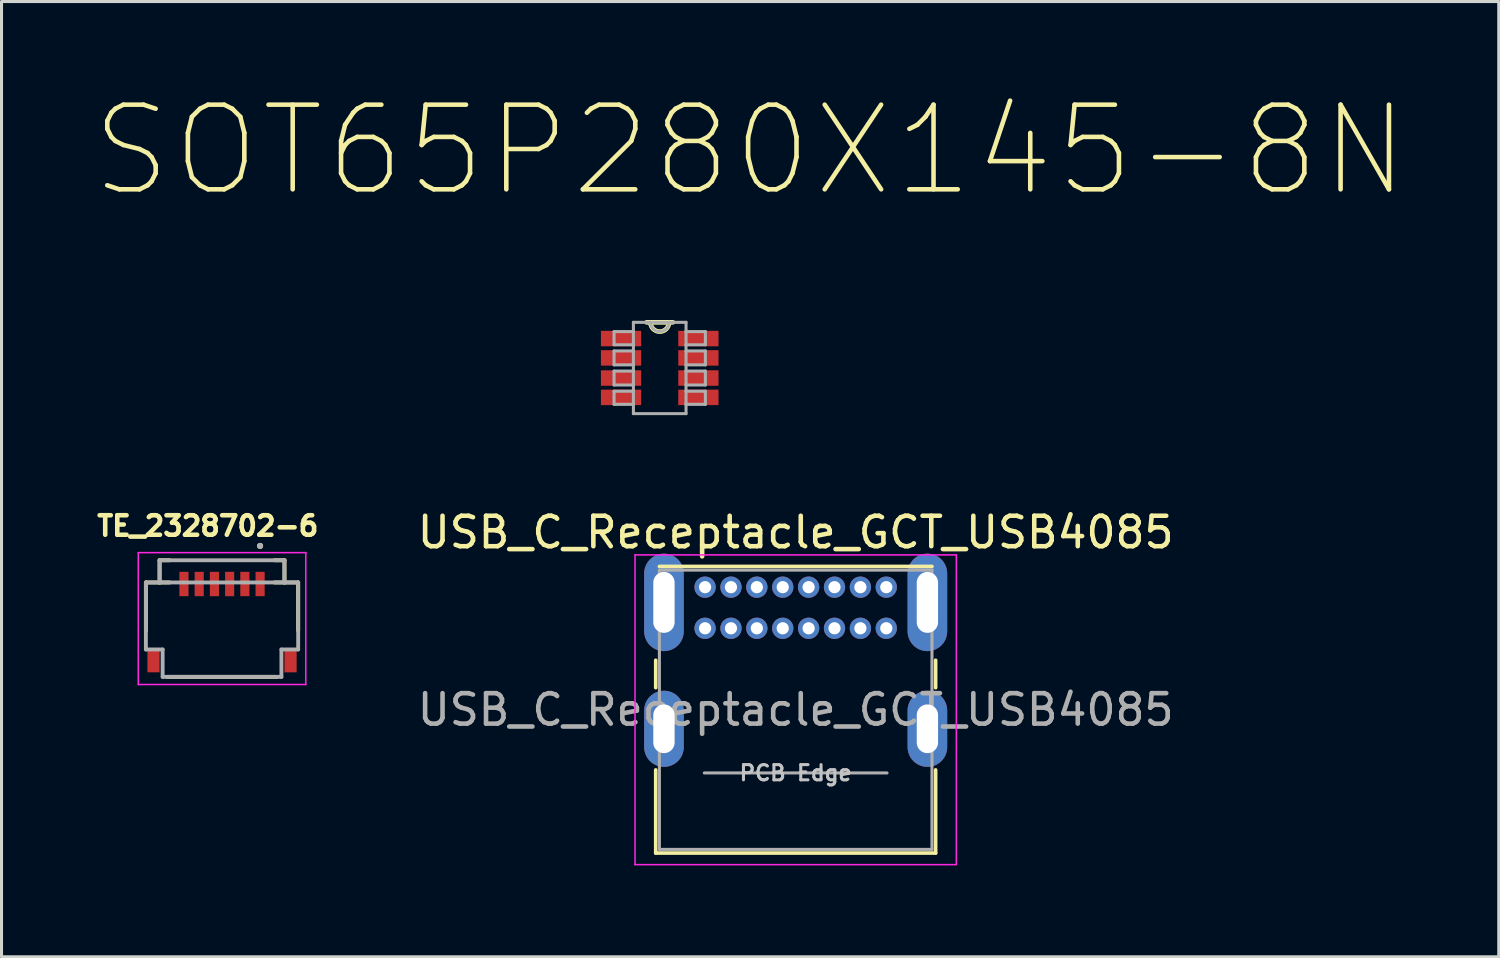
<source format=kicad_pcb>
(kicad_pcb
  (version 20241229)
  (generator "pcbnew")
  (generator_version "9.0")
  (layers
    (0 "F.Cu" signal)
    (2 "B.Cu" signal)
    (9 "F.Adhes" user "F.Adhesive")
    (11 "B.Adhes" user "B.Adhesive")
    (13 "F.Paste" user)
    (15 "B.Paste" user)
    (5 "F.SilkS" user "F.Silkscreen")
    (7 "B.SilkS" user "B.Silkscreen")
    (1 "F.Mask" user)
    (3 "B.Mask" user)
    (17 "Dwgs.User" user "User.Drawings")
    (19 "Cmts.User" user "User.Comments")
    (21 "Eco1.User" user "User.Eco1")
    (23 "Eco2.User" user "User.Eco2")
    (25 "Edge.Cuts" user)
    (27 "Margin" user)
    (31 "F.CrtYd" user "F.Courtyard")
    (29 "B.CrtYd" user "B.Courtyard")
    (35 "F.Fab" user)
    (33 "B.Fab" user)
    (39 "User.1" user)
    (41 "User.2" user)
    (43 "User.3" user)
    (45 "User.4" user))
  (footprint "TE_2328702-6"
    (layer "F.Cu")
    (at 4.24 16.125)
    (property "Reference" "TE_2328702-6" (at -0.468 -1.906 0) (layer "F.SilkS") (effects (font (size 0.64 0.64) (thickness 0.15))))
    (attr through_hole)
    (fp_line (start -2.5 -0.05) (end -2.5 1.53) (stroke (width 0.127) (type solid)) (layer "F.SilkS"))
    (fp_line (start -2.05 -0.78) (end -1.72 -0.78) (stroke (width 0.127) (type solid)) (layer "F.SilkS"))
    (fp_line (start -2.05 -0.05) (end -2.5 -0.05) (stroke (width 0.127) (type solid)) (layer "F.SilkS"))
    (fp_line (start -2.05 -0.05) (end -2.05 -0.78) (stroke (width 0.127) (type solid)) (layer "F.SilkS"))
    (fp_line (start -1.8 3.05) (end 1.8 3.05) (stroke (width 0.127) (type solid)) (layer "F.SilkS"))
    (fp_line (start -1.72 -0.05) (end -2.05 -0.05) (stroke (width 0.127) (type solid)) (layer "F.SilkS"))
    (fp_line (start 1.72 -0.05) (end 2.05 -0.05) (stroke (width 0.127) (type solid)) (layer "F.SilkS"))
    (fp_line (start 2.05 -0.78) (end 1.72 -0.78) (stroke (width 0.127) (type solid)) (layer "F.SilkS"))
    (fp_line (start 2.05 -0.05) (end 2.05 -0.78) (stroke (width 0.127) (type solid)) (layer "F.SilkS"))
    (fp_line (start 2.05 -0.05) (end 2.5 -0.05) (stroke (width 0.127) (type solid)) (layer "F.SilkS"))
    (fp_line (start 2.5 -0.05) (end 2.5 1.53) (stroke (width 0.127) (type solid)) (layer "F.SilkS"))
    (fp_circle (center 1.25 -1.25) (end 1.3 -1.25) (stroke (width 0.1) (type solid)) (fill no) (layer "F.SilkS"))
    (fp_line (start -2.75 -1.03) (end 2.75 -1.03) (stroke (width 0.05) (type solid)) (layer "F.CrtYd"))
    (fp_line (start -2.75 3.3) (end -2.75 -1.03) (stroke (width 0.05) (type solid)) (layer "F.CrtYd"))
    (fp_line (start 2.75 -1.03) (end 2.75 3.3) (stroke (width 0.05) (type solid)) (layer "F.CrtYd"))
    (fp_line (start 2.75 3.3) (end -2.75 3.3) (stroke (width 0.05) (type solid)) (layer "F.CrtYd"))
    (fp_line (start -2.5 -0.05) (end -2.05 -0.05) (stroke (width 0.127) (type solid)) (layer "F.Fab"))
    (fp_line (start -2.5 2.15) (end -2.5 -0.05) (stroke (width 0.127) (type solid)) (layer "F.Fab"))
    (fp_line (start -2.05 -0.78) (end 2.05 -0.78) (stroke (width 0.127) (type solid)) (layer "F.Fab"))
    (fp_line (start -2.05 -0.05) (end -2.05 -0.78) (stroke (width 0.127) (type solid)) (layer "F.Fab"))
    (fp_line (start -2.05 -0.05) (end 2.05 -0.05) (stroke (width 0.127) (type solid)) (layer "F.Fab"))
    (fp_line (start -1.95 2.15) (end -2.5 2.15) (stroke (width 0.127) (type solid)) (layer "F.Fab"))
    (fp_line (start -1.95 3.05) (end -1.95 2.15) (stroke (width 0.127) (type solid)) (layer "F.Fab"))
    (fp_line (start 1.95 2.15) (end 1.95 3.05) (stroke (width 0.127) (type solid)) (layer "F.Fab"))
    (fp_line (start 1.95 3.05) (end -1.95 3.05) (stroke (width 0.127) (type solid)) (layer "F.Fab"))
    (fp_line (start 2.05 -0.78) (end 2.05 -0.05) (stroke (width 0.127) (type solid)) (layer "F.Fab"))
    (fp_line (start 2.05 -0.05) (end 2.5 -0.05) (stroke (width 0.127) (type solid)) (layer "F.Fab"))
    (fp_line (start 2.5 -0.05) (end 2.5 2.15) (stroke (width 0.127) (type solid)) (layer "F.Fab"))
    (fp_line (start 2.5 2.15) (end 1.95 2.15) (stroke (width 0.127) (type solid)) (layer "F.Fab"))
    (fp_circle (center 1.25 -1.25) (end 1.3 -1.25) (stroke (width 0.1) (type solid)) (fill no) (layer "F.Fab"))
    (pad "1" smd rect (at 1.25 0 180) (size 0.3 0.8) (layers "F.Cu" "F.Mask" "F.Paste"))
    (pad "2" smd rect (at 0.75 0 180) (size 0.3 0.8) (layers "F.Cu" "F.Mask" "F.Paste"))
    (pad "3" smd rect (at 0.25 0 180) (size 0.3 0.8) (layers "F.Cu" "F.Mask" "F.Paste"))
    (pad "4" smd rect (at -0.25 0 180) (size 0.3 0.8) (layers "F.Cu" "F.Mask" "F.Paste"))
    (pad "5" smd rect (at -0.75 0 180) (size 0.3 0.8) (layers "F.Cu" "F.Mask" "F.Paste"))
    (pad "6" smd rect (at -1.25 0 180) (size 0.3 0.8) (layers "F.Cu" "F.Mask" "F.Paste"))
    (pad "S1" smd rect (at 2.25 2.5) (size 0.4 0.8) (layers "F.Cu" "F.Mask" "F.Paste"))
    (pad "S2" smd rect (at -2.25 2.5) (size 0.4 0.8) (layers "F.Cu" "F.Mask" "F.Paste")))
  (footprint "SOT65P280X145-8N"
    (layer "F.Cu")
    (at 18.611 9.032)
    (property "Reference" "SOT65P280X145-8N" (at 2.969 -7.144 0) (layer "F.SilkS") (effects (font (size 2.779 2.779) (thickness 0.15))))
    (attr through_hole)
    (fp_line (start -0.305 -1.499) (end -0.432 -1.499) (stroke (width 0.152) (type solid)) (layer "F.SilkS"))
    (fp_line (start 0.305 -1.499) (end -0.305 -1.499) (stroke (width 0.152) (type solid)) (layer "F.SilkS"))
    (fp_line (start 0.432 -1.499) (end 0.305 -1.499) (stroke (width 0.152) (type solid)) (layer "F.SilkS"))
    (fp_arc (start 0.3048 -1.4986) (mid 0 -1.1938) (end -0.3048 -1.4986) (stroke (width 0.1524) (type solid)) (layer "F.SilkS"))
    (fp_line (start -1.499 -1.194) (end -1.499 -0.762) (stroke (width 0.1) (type solid)) (layer "F.Fab"))
    (fp_line (start -1.499 -0.762) (end -0.864 -0.762) (stroke (width 0.1) (type solid)) (layer "F.Fab"))
    (fp_line (start -1.499 -0.559) (end -1.499 -0.102) (stroke (width 0.1) (type solid)) (layer "F.Fab"))
    (fp_line (start -1.499 -0.102) (end -0.864 -0.102) (stroke (width 0.1) (type solid)) (layer "F.Fab"))
    (fp_line (start -1.499 0.102) (end -1.499 0.559) (stroke (width 0.1) (type solid)) (layer "F.Fab"))
    (fp_line (start -1.499 0.559) (end -0.864 0.559) (stroke (width 0.1) (type solid)) (layer "F.Fab"))
    (fp_line (start -1.499 0.762) (end -1.499 1.194) (stroke (width 0.1) (type solid)) (layer "F.Fab"))
    (fp_line (start -1.499 1.194) (end -0.864 1.194) (stroke (width 0.1) (type solid)) (layer "F.Fab"))
    (fp_line (start -0.864 -1.499) (end -0.864 -1.194) (stroke (width 0.1) (type solid)) (layer "F.Fab"))
    (fp_line (start -0.864 -1.194) (end -1.499 -1.194) (stroke (width 0.1) (type solid)) (layer "F.Fab"))
    (fp_line (start -0.864 -1.194) (end -0.864 -0.762) (stroke (width 0.1) (type solid)) (layer "F.Fab"))
    (fp_line (start -0.864 -0.762) (end -0.864 -0.559) (stroke (width 0.1) (type solid)) (layer "F.Fab"))
    (fp_line (start -0.864 -0.559) (end -1.499 -0.559) (stroke (width 0.1) (type solid)) (layer "F.Fab"))
    (fp_line (start -0.864 -0.559) (end -0.864 -0.102) (stroke (width 0.1) (type solid)) (layer "F.Fab"))
    (fp_line (start -0.864 -0.102) (end -0.864 0.102) (stroke (width 0.1) (type solid)) (layer "F.Fab"))
    (fp_line (start -0.864 0.102) (end -1.499 0.102) (stroke (width 0.1) (type solid)) (layer "F.Fab"))
    (fp_line (start -0.864 0.102) (end -0.864 0.559) (stroke (width 0.1) (type solid)) (layer "F.Fab"))
    (fp_line (start -0.864 0.559) (end -0.864 0.762) (stroke (width 0.1) (type solid)) (layer "F.Fab"))
    (fp_line (start -0.864 0.762) (end -1.499 0.762) (stroke (width 0.1) (type solid)) (layer "F.Fab"))
    (fp_line (start -0.864 1.194) (end -0.864 0.762) (stroke (width 0.1) (type solid)) (layer "F.Fab"))
    (fp_line (start -0.864 1.499) (end -0.864 1.194) (stroke (width 0.1) (type solid)) (layer "F.Fab"))
    (fp_line (start -0.864 1.499) (end 0.864 1.499) (stroke (width 0.1) (type solid)) (layer "F.Fab"))
    (fp_line (start -0.305 -1.499) (end -0.864 -1.499) (stroke (width 0.1) (type solid)) (layer "F.Fab"))
    (fp_line (start 0.305 -1.499) (end -0.305 -1.499) (stroke (width 0.1) (type solid)) (layer "F.Fab"))
    (fp_line (start 0.864 -1.499) (end 0.305 -1.499) (stroke (width 0.1) (type solid)) (layer "F.Fab"))
    (fp_line (start 0.864 -1.499) (end 0.864 -1.194) (stroke (width 0.1) (type solid)) (layer "F.Fab"))
    (fp_line (start 0.864 -1.194) (end 0.864 -0.762) (stroke (width 0.1) (type solid)) (layer "F.Fab"))
    (fp_line (start 0.864 -0.762) (end 1.499 -0.762) (stroke (width 0.1) (type solid)) (layer "F.Fab"))
    (fp_line (start 0.864 -0.559) (end 0.864 -0.762) (stroke (width 0.1) (type solid)) (layer "F.Fab"))
    (fp_line (start 0.864 -0.102) (end 0.864 -0.559) (stroke (width 0.1) (type solid)) (layer "F.Fab"))
    (fp_line (start 0.864 -0.102) (end 1.499 -0.102) (stroke (width 0.1) (type solid)) (layer "F.Fab"))
    (fp_line (start 0.864 0.102) (end 0.864 -0.102) (stroke (width 0.1) (type solid)) (layer "F.Fab"))
    (fp_line (start 0.864 0.559) (end 0.864 0.102) (stroke (width 0.1) (type solid)) (layer "F.Fab"))
    (fp_line (start 0.864 0.559) (end 1.499 0.559) (stroke (width 0.1) (type solid)) (layer "F.Fab"))
    (fp_line (start 0.864 0.762) (end 0.864 0.559) (stroke (width 0.1) (type solid)) (layer "F.Fab"))
    (fp_line (start 0.864 1.194) (end 0.864 0.762) (stroke (width 0.1) (type solid)) (layer "F.Fab"))
    (fp_line (start 0.864 1.194) (end 1.499 1.194) (stroke (width 0.1) (type solid)) (layer "F.Fab"))
    (fp_line (start 0.864 1.499) (end 0.864 1.194) (stroke (width 0.1) (type solid)) (layer "F.Fab"))
    (fp_line (start 1.499 -1.194) (end 0.864 -1.194) (stroke (width 0.1) (type solid)) (layer "F.Fab"))
    (fp_line (start 1.499 -0.762) (end 1.499 -1.194) (stroke (width 0.1) (type solid)) (layer "F.Fab"))
    (fp_line (start 1.499 -0.559) (end 0.864 -0.559) (stroke (width 0.1) (type solid)) (layer "F.Fab"))
    (fp_line (start 1.499 -0.102) (end 1.499 -0.559) (stroke (width 0.1) (type solid)) (layer "F.Fab"))
    (fp_line (start 1.499 0.102) (end 0.864 0.102) (stroke (width 0.1) (type solid)) (layer "F.Fab"))
    (fp_line (start 1.499 0.559) (end 1.499 0.102) (stroke (width 0.1) (type solid)) (layer "F.Fab"))
    (fp_line (start 1.499 0.762) (end 0.864 0.762) (stroke (width 0.1) (type solid)) (layer "F.Fab"))
    (fp_line (start 1.499 1.194) (end 1.499 0.762) (stroke (width 0.1) (type solid)) (layer "F.Fab"))
    (fp_arc (start 0.3048 -1.4986) (mid 0 -1.1938) (end -0.3048 -1.4986) (stroke (width 0.1) (type solid)) (layer "F.Fab"))
    (pad "1" smd rect (at -1.27 -0.965) (size 1.321 0.508) (layers "F.Cu" "F.Mask" "F.Paste"))
    (pad "2" smd rect (at -1.27 -0.33) (size 1.321 0.508) (layers "F.Cu" "F.Mask" "F.Paste"))
    (pad "3" smd rect (at -1.27 0.33) (size 1.321 0.508) (layers "F.Cu" "F.Mask" "F.Paste"))
    (pad "4" smd rect (at -1.27 0.965) (size 1.321 0.508) (layers "F.Cu" "F.Mask" "F.Paste"))
    (pad "5" smd rect (at 1.27 0.965) (size 1.321 0.508) (layers "F.Cu" "F.Mask" "F.Paste"))
    (pad "6" smd rect (at 1.27 0.33) (size 1.321 0.508) (layers "F.Cu" "F.Mask" "F.Paste"))
    (pad "7" smd rect (at 1.27 -0.33) (size 1.321 0.508) (layers "F.Cu" "F.Mask" "F.Paste"))
    (pad "8" smd rect (at 1.27 -0.965) (size 1.321 0.508) (layers "F.Cu" "F.Mask" "F.Paste")))
  (footprint "USB_C_Receptacle_GCT_USB4085"
    (layer "F.Cu")
    (at 18.75 20.879)
    (property "Reference" "USB_C_Receptacle_GCT_USB4085" (at 4.325 -6.45 0) (layer "F.SilkS") (effects (font (size 1 1) (thickness 0.15))))
    (attr through_hole)
    (fp_line (start -0.27 -2.25) (end -0.27 -1.35) (stroke (width 0.12) (type solid)) (layer "F.SilkS"))
    (fp_line (start -0.27 1.35) (end -0.27 4.08) (stroke (width 0.12) (type solid)) (layer "F.SilkS"))
    (fp_line (start -0.27 4.08) (end 8.92 4.08) (stroke (width 0.12) (type solid)) (layer "F.SilkS"))
    (fp_line (start -0.15 -5.33) (end 8.8 -5.33) (stroke (width 0.12) (type solid)) (layer "F.SilkS"))
    (fp_line (start 8.92 -2.25) (end 8.92 -1.35) (stroke (width 0.12) (type solid)) (layer "F.SilkS"))
    (fp_line (start 8.92 1.35) (end 8.92 4.08) (stroke (width 0.12) (type solid)) (layer "F.SilkS"))
    (fp_line (start -0.95 -5.71) (end -0.95 4.46) (stroke (width 0.05) (type solid)) (layer "F.CrtYd"))
    (fp_line (start -0.95 -5.71) (end 9.6 -5.71) (stroke (width 0.05) (type solid)) (layer "F.CrtYd"))
    (fp_line (start -0.95 4.46) (end 9.6 4.46) (stroke (width 0.05) (type solid)) (layer "F.CrtYd"))
    (fp_line (start 9.6 -5.71) (end 9.6 4.46) (stroke (width 0.05) (type solid)) (layer "F.CrtYd"))
    (fp_line (start -0.15 -5.21) (end -0.15 3.96) (stroke (width 0.1) (type solid)) (layer "F.Fab"))
    (fp_line (start -0.15 -5.21) (end 8.8 -5.21) (stroke (width 0.1) (type solid)) (layer "F.Fab"))
    (fp_line (start -0.15 3.96) (end 8.8 3.96) (stroke (width 0.1) (type solid)) (layer "F.Fab"))
    (fp_line (start 1.325 1.45) (end 7.325 1.45) (stroke (width 0.1) (type solid)) (layer "F.Fab"))
    (fp_line (start 8.8 -5.21) (end 8.8 3.96) (stroke (width 0.1) (type solid)) (layer "F.Fab"))
    (fp_text user "PCB Edge" (at 4.325 1.45 0) (layer "Dwgs.User") (effects (font (size 0.5 0.5) (thickness 0.1))))
    (fp_text user "${REFERENCE}" (at 4.325 -0.625 0) (layer "F.Fab") (effects (font (size 1 1) (thickness 0.15))))
    (pad "A1" thru_hole circle (at 1.35 -4.65) (size 0.7 0.7) (drill 0.4) (layers "*.Cu" "*.Mask"))
    (pad "A4" thru_hole circle (at 2.2 -4.65) (size 0.7 0.7) (drill 0.4) (layers "*.Cu" "*.Mask"))
    (pad "A5" thru_hole circle (at 3.05 -4.65) (size 0.7 0.7) (drill 0.4) (layers "*.Cu" "*.Mask"))
    (pad "A6" thru_hole circle (at 3.9 -4.65) (size 0.7 0.7) (drill 0.4) (layers "*.Cu" "*.Mask"))
    (pad "A7" thru_hole circle (at 4.75 -4.65) (size 0.7 0.7) (drill 0.4) (layers "*.Cu" "*.Mask"))
    (pad "A8" thru_hole circle (at 5.6 -4.65) (size 0.7 0.7) (drill 0.4) (layers "*.Cu" "*.Mask"))
    (pad "A9" thru_hole circle (at 6.45 -4.65) (size 0.7 0.7) (drill 0.4) (layers "*.Cu" "*.Mask"))
    (pad "A12" thru_hole circle (at 7.3 -4.65) (size 0.7 0.7) (drill 0.4) (layers "*.Cu" "*.Mask"))
    (pad "B1" thru_hole circle (at 7.3 -3.3) (size 0.7 0.7) (drill 0.4) (layers "*.Cu" "*.Mask"))
    (pad "B4" thru_hole circle (at 6.45 -3.3) (size 0.7 0.7) (drill 0.4) (layers "*.Cu" "*.Mask"))
    (pad "B5" thru_hole circle (at 5.6 -3.3) (size 0.7 0.7) (drill 0.4) (layers "*.Cu" "*.Mask"))
    (pad "B6" thru_hole circle (at 4.75 -3.3) (size 0.7 0.7) (drill 0.4) (layers "*.Cu" "*.Mask"))
    (pad "B7" thru_hole circle (at 3.9 -3.3) (size 0.7 0.7) (drill 0.4) (layers "*.Cu" "*.Mask"))
    (pad "B8" thru_hole circle (at 3.05 -3.3) (size 0.7 0.7) (drill 0.4) (layers "*.Cu" "*.Mask"))
    (pad "B9" thru_hole circle (at 2.2 -3.3) (size 0.7 0.7) (drill 0.4) (layers "*.Cu" "*.Mask"))
    (pad "B12" thru_hole circle (at 1.35 -3.3) (size 0.7 0.7) (drill 0.4) (layers "*.Cu" "*.Mask"))
    (pad "S1" thru_hole oval (at 0 -4.15) (size 1.3 3.2) (drill oval 0.7 2) (layers "*.Cu" "*.Mask"))
    (pad "S1" thru_hole oval (at 0 0) (size 1.3 2.5) (drill oval 0.7 1.6) (layers "*.Cu" "*.Mask"))
    (pad "S1" thru_hole oval (at 8.65 -4.15) (size 1.3 3.2) (drill oval 0.7 2) (layers "*.Cu" "*.Mask"))
    (pad "S1" thru_hole oval (at 8.65 0) (size 1.3 2.5) (drill oval 0.7 1.6) (layers "*.Cu" "*.Mask")))
  (gr_rect
    (start -3 -3)
    (end 46.16 28.364)
    (stroke (width 0.1) (type default))
    (fill no)
    (layer "Edge.Cuts")))
</source>
